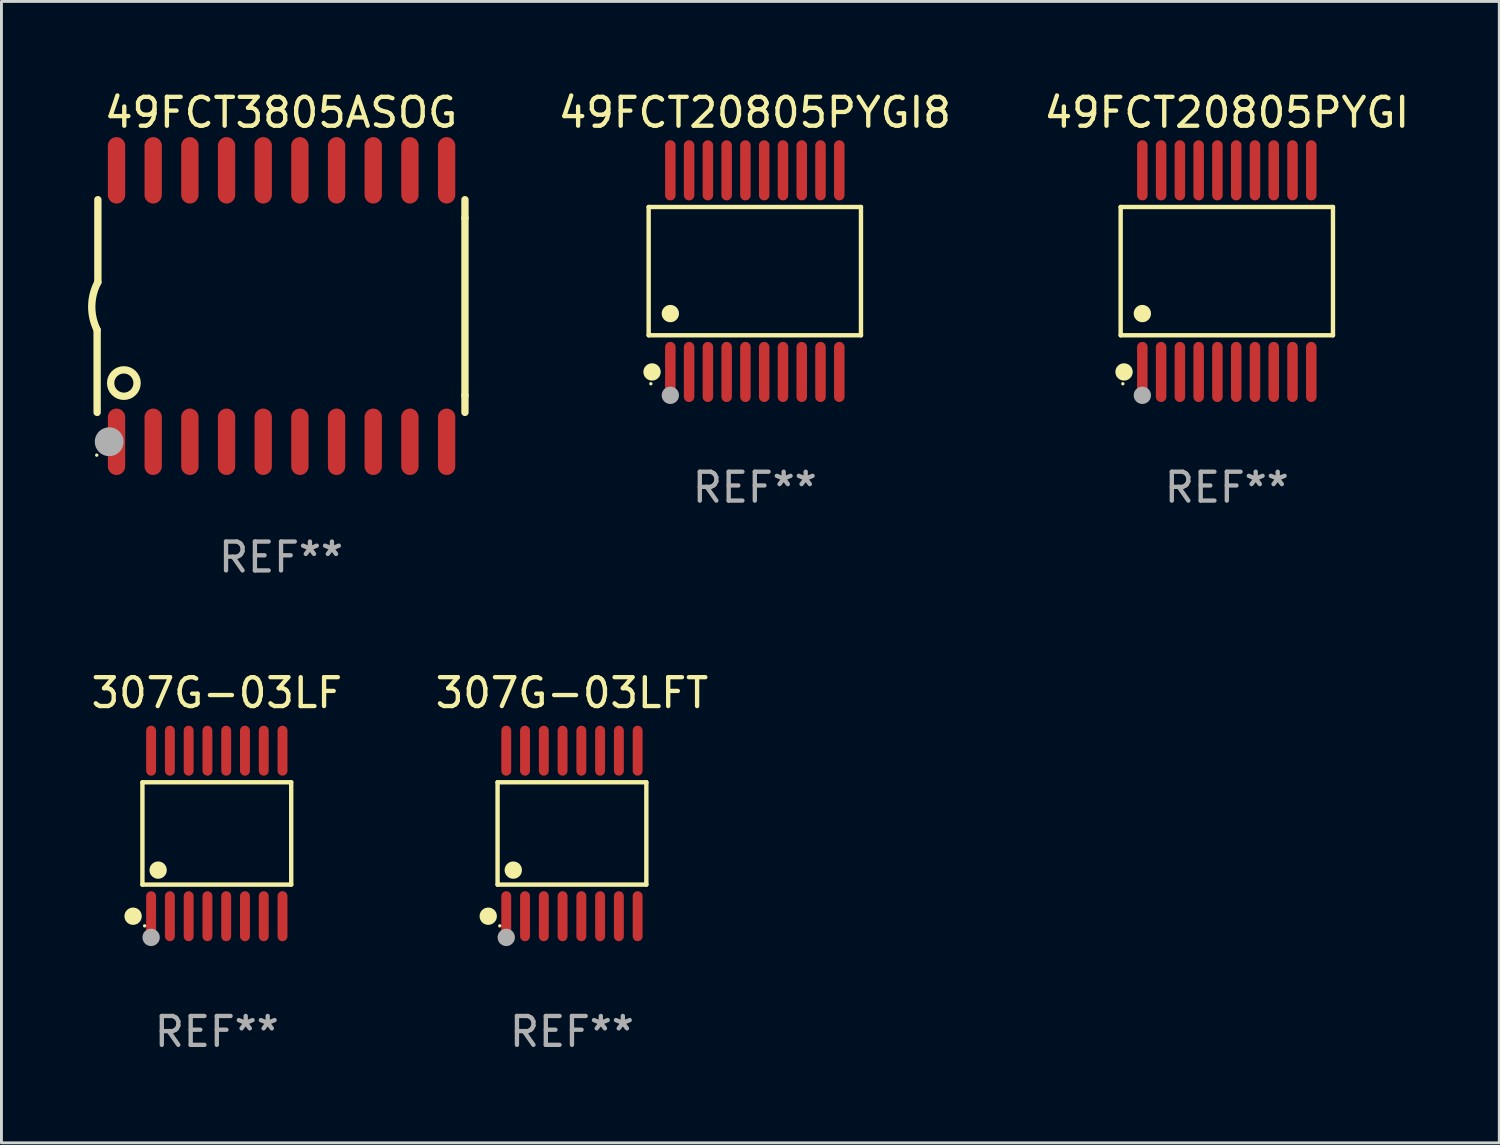
<source format=kicad_pcb>
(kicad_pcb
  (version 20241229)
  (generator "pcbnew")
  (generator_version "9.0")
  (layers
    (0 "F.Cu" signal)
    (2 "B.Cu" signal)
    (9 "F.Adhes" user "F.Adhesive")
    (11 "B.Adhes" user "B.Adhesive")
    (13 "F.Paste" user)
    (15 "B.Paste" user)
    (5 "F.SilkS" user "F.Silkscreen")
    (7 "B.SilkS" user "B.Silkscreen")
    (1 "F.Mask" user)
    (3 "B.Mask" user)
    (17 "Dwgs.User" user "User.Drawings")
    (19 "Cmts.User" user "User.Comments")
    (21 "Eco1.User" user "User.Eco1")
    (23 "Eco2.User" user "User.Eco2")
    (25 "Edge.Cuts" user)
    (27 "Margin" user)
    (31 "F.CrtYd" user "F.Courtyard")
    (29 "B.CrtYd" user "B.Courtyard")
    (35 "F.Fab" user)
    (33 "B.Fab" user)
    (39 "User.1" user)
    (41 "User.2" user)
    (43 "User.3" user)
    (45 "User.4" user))
  (footprint "49FCT20805PYGI"
    (layer "F.Cu")
    (at 39.433 6.339)
    (property "Reference" "49FCT20805PYGI" (at 0 -5.491 0) (layer "F.SilkS") (effects (font (size 1 1) (thickness 0.15))))
    (attr through_hole)
    (fp_line (start -3.676 -2.221) (end 3.676 -2.221) (stroke (width 0.152) (type solid)) (layer "F.SilkS"))
    (fp_line (start -3.676 2.221) (end -3.676 -2.221) (stroke (width 0.152) (type solid)) (layer "F.SilkS"))
    (fp_line (start 3.676 -2.221) (end 3.676 2.221) (stroke (width 0.152) (type solid)) (layer "F.SilkS"))
    (fp_line (start 3.676 2.221) (end -3.676 2.221) (stroke (width 0.152) (type solid)) (layer "F.SilkS"))
    (fp_circle (center -3.6 3.9) (end -3.57 3.9) (stroke (width 0.06) (type solid)) (fill no) (layer "F.SilkS"))
    (fp_circle (center -3.559 3.491) (end -3.409 3.491) (stroke (width 0.3) (type solid)) (fill no) (layer "F.SilkS"))
    (fp_circle (center -2.925 1.469) (end -2.775 1.469) (stroke (width 0.3) (type solid)) (fill no) (layer "F.SilkS"))
    (fp_circle (center -2.925 4.3) (end -2.775 4.3) (stroke (width 0.3) (type solid)) (fill no) (layer "F.Fab"))
    (fp_text user "REF**" (at 0 7.491 0) (layer "F.Fab") (effects (font (size 1 1) (thickness 0.15))))
    (pad "1" smd oval (at -2.925 3.491) (size 0.364 2.082) (layers "F.Cu" "F.Mask" "F.Paste"))
    (pad "2" smd oval (at -2.275 3.491) (size 0.364 2.082) (layers "F.Cu" "F.Mask" "F.Paste"))
    (pad "3" smd oval (at -1.625 3.491) (size 0.364 2.082) (layers "F.Cu" "F.Mask" "F.Paste"))
    (pad "4" smd oval (at -0.975 3.491) (size 0.364 2.082) (layers "F.Cu" "F.Mask" "F.Paste"))
    (pad "5" smd oval (at -0.325 3.491) (size 0.364 2.082) (layers "F.Cu" "F.Mask" "F.Paste"))
    (pad "6" smd oval (at 0.325 3.491) (size 0.364 2.082) (layers "F.Cu" "F.Mask" "F.Paste"))
    (pad "7" smd oval (at 0.975 3.491) (size 0.364 2.082) (layers "F.Cu" "F.Mask" "F.Paste"))
    (pad "8" smd oval (at 1.625 3.491) (size 0.364 2.082) (layers "F.Cu" "F.Mask" "F.Paste"))
    (pad "9" smd oval (at 2.275 3.491) (size 0.364 2.082) (layers "F.Cu" "F.Mask" "F.Paste"))
    (pad "10" smd oval (at 2.925 3.491) (size 0.364 2.082) (layers "F.Cu" "F.Mask" "F.Paste"))
    (pad "11" smd oval (at 2.925 -3.491) (size 0.364 2.082) (layers "F.Cu" "F.Mask" "F.Paste"))
    (pad "12" smd oval (at 2.275 -3.491) (size 0.364 2.082) (layers "F.Cu" "F.Mask" "F.Paste"))
    (pad "13" smd oval (at 1.625 -3.491) (size 0.364 2.082) (layers "F.Cu" "F.Mask" "F.Paste"))
    (pad "14" smd oval (at 0.975 -3.491) (size 0.364 2.082) (layers "F.Cu" "F.Mask" "F.Paste"))
    (pad "15" smd oval (at 0.325 -3.491) (size 0.364 2.082) (layers "F.Cu" "F.Mask" "F.Paste"))
    (pad "16" smd oval (at -0.325 -3.491) (size 0.364 2.082) (layers "F.Cu" "F.Mask" "F.Paste"))
    (pad "17" smd oval (at -0.975 -3.491) (size 0.364 2.082) (layers "F.Cu" "F.Mask" "F.Paste"))
    (pad "18" smd oval (at -1.625 -3.491) (size 0.364 2.082) (layers "F.Cu" "F.Mask" "F.Paste"))
    (pad "19" smd oval (at -2.275 -3.491) (size 0.364 2.082) (layers "F.Cu" "F.Mask" "F.Paste"))
    (pad "20" smd oval (at -2.925 -3.491) (size 0.364 2.082) (layers "F.Cu" "F.Mask" "F.Paste")))
  (footprint "307G-03LFT"
    (layer "F.Cu")
    (at 16.756 25.811)
    (property "Reference" "307G-03LFT" (at 0 -4.866 0) (layer "F.SilkS") (effects (font (size 1 1) (thickness 0.15))))
    (attr through_hole)
    (fp_line (start -2.576 -1.772) (end 2.576 -1.772) (stroke (width 0.152) (type solid)) (layer "F.SilkS"))
    (fp_line (start -2.576 1.771) (end -2.576 -1.772) (stroke (width 0.152) (type solid)) (layer "F.SilkS"))
    (fp_line (start 2.576 -1.772) (end 2.576 1.771) (stroke (width 0.152) (type solid)) (layer "F.SilkS"))
    (fp_line (start 2.576 1.771) (end -2.576 1.771) (stroke (width 0.152) (type solid)) (layer "F.SilkS"))
    (fp_circle (center -2.899 2.866) (end -2.749 2.866) (stroke (width 0.3) (type solid)) (fill no) (layer "F.SilkS"))
    (fp_circle (center -2.5 3.2) (end -2.47 3.2) (stroke (width 0.06) (type solid)) (fill no) (layer "F.SilkS"))
    (fp_circle (center -2.032 1.27) (end -1.882 1.27) (stroke (width 0.3) (type solid)) (fill no) (layer "F.SilkS"))
    (fp_circle (center -2.275 3.6) (end -2.125 3.6) (stroke (width 0.3) (type solid)) (fill no) (layer "F.Fab"))
    (fp_text user "REF**" (at 0 6.866 0) (layer "F.Fab") (effects (font (size 1 1) (thickness 0.15))))
    (pad "1" smd oval (at -2.275 2.866) (size 0.343 1.731) (layers "F.Cu" "F.Mask" "F.Paste"))
    (pad "2" smd oval (at -1.625 2.866) (size 0.343 1.731) (layers "F.Cu" "F.Mask" "F.Paste"))
    (pad "3" smd oval (at -0.975 2.866) (size 0.343 1.731) (layers "F.Cu" "F.Mask" "F.Paste"))
    (pad "4" smd oval (at -0.325 2.866) (size 0.343 1.731) (layers "F.Cu" "F.Mask" "F.Paste"))
    (pad "5" smd oval (at 0.325 2.866) (size 0.343 1.731) (layers "F.Cu" "F.Mask" "F.Paste"))
    (pad "6" smd oval (at 0.975 2.866) (size 0.343 1.731) (layers "F.Cu" "F.Mask" "F.Paste"))
    (pad "7" smd oval (at 1.625 2.866) (size 0.343 1.731) (layers "F.Cu" "F.Mask" "F.Paste"))
    (pad "8" smd oval (at 2.275 2.866) (size 0.343 1.731) (layers "F.Cu" "F.Mask" "F.Paste"))
    (pad "9" smd oval (at 2.275 -2.866) (size 0.343 1.731) (layers "F.Cu" "F.Mask" "F.Paste"))
    (pad "10" smd oval (at 1.625 -2.866) (size 0.343 1.731) (layers "F.Cu" "F.Mask" "F.Paste"))
    (pad "11" smd oval (at 0.975 -2.866) (size 0.343 1.731) (layers "F.Cu" "F.Mask" "F.Paste"))
    (pad "12" smd oval (at 0.325 -2.866) (size 0.343 1.731) (layers "F.Cu" "F.Mask" "F.Paste"))
    (pad "13" smd oval (at -0.325 -2.866) (size 0.343 1.731) (layers "F.Cu" "F.Mask" "F.Paste"))
    (pad "14" smd oval (at -0.975 -2.866) (size 0.343 1.731) (layers "F.Cu" "F.Mask" "F.Paste"))
    (pad "15" smd oval (at -1.625 -2.866) (size 0.343 1.731) (layers "F.Cu" "F.Mask" "F.Paste"))
    (pad "16" smd oval (at -2.275 -2.866) (size 0.343 1.731) (layers "F.Cu" "F.Mask" "F.Paste")))
  (footprint "49FCT3805ASOG"
    (layer "F.Cu")
    (at 6.682 7.548)
    (property "Reference" "49FCT3805ASOG" (at 0 -6.7 0) (layer "F.SilkS") (effects (font (size 1 1) (thickness 0.15))))
    (attr through_hole)
    (fp_line (start -6.369 0.826) (end -6.369 3.683) (stroke (width 0.254) (type solid)) (layer "F.SilkS"))
    (fp_line (start -6.343 -0.825) (end -6.343 -3.683) (stroke (width 0.254) (type solid)) (layer "F.SilkS"))
    (fp_line (start 6.369 -3.048) (end 6.369 -3.683) (stroke (width 0.254) (type solid)) (layer "F.SilkS"))
    (fp_line (start 6.369 -3.048) (end 6.369 3.096) (stroke (width 0.254) (type solid)) (layer "F.SilkS"))
    (fp_line (start 6.369 3.096) (end 6.369 3.683) (stroke (width 0.254) (type solid)) (layer "F.SilkS"))
    (fp_arc (start -6.36853 0.825552) (mid -6.554743 -0.00301) (end -6.343129 -0.825451) (stroke (width 0.254001) (type solid)) (layer "F.SilkS"))
    (fp_circle (center -6.382 5.163) (end -6.352 5.163) (stroke (width 0.06) (type solid)) (fill no) (layer "F.SilkS"))
    (fp_circle (center -5.443 2.667) (end -4.985 2.667) (stroke (width 0.254) (type solid)) (fill no) (layer "F.SilkS"))
    (fp_circle (center -5.951 4.699) (end -5.701 4.699) (stroke (width 0.5) (type solid)) (fill no) (layer "F.Fab"))
    (fp_text user "REF**" (at 0 8.7 0) (layer "F.Fab") (effects (font (size 1 1) (thickness 0.15))))
    (pad "1" smd oval (at -5.697 4.7 180) (size 0.6 2.3) (layers "F.Cu" "F.Mask" "F.Paste"))
    (pad "2" smd oval (at -4.427 4.7 180) (size 0.6 2.3) (layers "F.Cu" "F.Mask" "F.Paste"))
    (pad "3" smd oval (at -3.157 4.7 180) (size 0.6 2.3) (layers "F.Cu" "F.Mask" "F.Paste"))
    (pad "4" smd oval (at -1.887 4.7 180) (size 0.6 2.3) (layers "F.Cu" "F.Mask" "F.Paste"))
    (pad "5" smd oval (at -0.617 4.7 180) (size 0.6 2.3) (layers "F.Cu" "F.Mask" "F.Paste"))
    (pad "6" smd oval (at 0.653 4.7 180) (size 0.6 2.3) (layers "F.Cu" "F.Mask" "F.Paste"))
    (pad "7" smd oval (at 1.923 4.7 180) (size 0.6 2.3) (layers "F.Cu" "F.Mask" "F.Paste"))
    (pad "8" smd oval (at 3.193 4.7 180) (size 0.6 2.3) (layers "F.Cu" "F.Mask" "F.Paste"))
    (pad "9" smd oval (at 4.463 4.7 180) (size 0.6 2.3) (layers "F.Cu" "F.Mask" "F.Paste"))
    (pad "10" smd oval (at 5.734 4.7 180) (size 0.6 2.3) (layers "F.Cu" "F.Mask" "F.Paste"))
    (pad "11" smd oval (at 5.734 -4.7 180) (size 0.6 2.3) (layers "F.Cu" "F.Mask" "F.Paste"))
    (pad "12" smd oval (at 4.463 -4.7 180) (size 0.6 2.3) (layers "F.Cu" "F.Mask" "F.Paste"))
    (pad "13" smd oval (at 3.193 -4.7 180) (size 0.6 2.3) (layers "F.Cu" "F.Mask" "F.Paste"))
    (pad "14" smd oval (at 1.923 -4.7 180) (size 0.6 2.3) (layers "F.Cu" "F.Mask" "F.Paste"))
    (pad "15" smd oval (at 0.653 -4.7 180) (size 0.6 2.3) (layers "F.Cu" "F.Mask" "F.Paste"))
    (pad "16" smd oval (at -0.617 -4.7 180) (size 0.6 2.3) (layers "F.Cu" "F.Mask" "F.Paste"))
    (pad "17" smd oval (at -1.887 -4.7 180) (size 0.6 2.3) (layers "F.Cu" "F.Mask" "F.Paste"))
    (pad "18" smd oval (at -3.157 -4.7 180) (size 0.6 2.3) (layers "F.Cu" "F.Mask" "F.Paste"))
    (pad "19" smd oval (at -4.427 -4.7 180) (size 0.6 2.3) (layers "F.Cu" "F.Mask" "F.Paste"))
    (pad "20" smd oval (at -5.697 -4.7 180) (size 0.6 2.3) (layers "F.Cu" "F.Mask" "F.Paste")))
  (footprint "49FCT20805PYGI8"
    (layer "F.Cu")
    (at 23.088 6.339)
    (property "Reference" "49FCT20805PYGI8" (at 0 -5.491 0) (layer "F.SilkS") (effects (font (size 1 1) (thickness 0.15))))
    (attr through_hole)
    (fp_line (start -3.676 -2.221) (end 3.676 -2.221) (stroke (width 0.152) (type solid)) (layer "F.SilkS"))
    (fp_line (start -3.676 2.221) (end -3.676 -2.221) (stroke (width 0.152) (type solid)) (layer "F.SilkS"))
    (fp_line (start 3.676 -2.221) (end 3.676 2.221) (stroke (width 0.152) (type solid)) (layer "F.SilkS"))
    (fp_line (start 3.676 2.221) (end -3.676 2.221) (stroke (width 0.152) (type solid)) (layer "F.SilkS"))
    (fp_circle (center -3.6 3.9) (end -3.57 3.9) (stroke (width 0.06) (type solid)) (fill no) (layer "F.SilkS"))
    (fp_circle (center -3.559 3.491) (end -3.409 3.491) (stroke (width 0.3) (type solid)) (fill no) (layer "F.SilkS"))
    (fp_circle (center -2.925 1.469) (end -2.775 1.469) (stroke (width 0.3) (type solid)) (fill no) (layer "F.SilkS"))
    (fp_circle (center -2.925 4.3) (end -2.775 4.3) (stroke (width 0.3) (type solid)) (fill no) (layer "F.Fab"))
    (fp_text user "REF**" (at 0 7.491 0) (layer "F.Fab") (effects (font (size 1 1) (thickness 0.15))))
    (pad "1" smd oval (at -2.925 3.491) (size 0.364 2.082) (layers "F.Cu" "F.Mask" "F.Paste"))
    (pad "2" smd oval (at -2.275 3.491) (size 0.364 2.082) (layers "F.Cu" "F.Mask" "F.Paste"))
    (pad "3" smd oval (at -1.625 3.491) (size 0.364 2.082) (layers "F.Cu" "F.Mask" "F.Paste"))
    (pad "4" smd oval (at -0.975 3.491) (size 0.364 2.082) (layers "F.Cu" "F.Mask" "F.Paste"))
    (pad "5" smd oval (at -0.325 3.491) (size 0.364 2.082) (layers "F.Cu" "F.Mask" "F.Paste"))
    (pad "6" smd oval (at 0.325 3.491) (size 0.364 2.082) (layers "F.Cu" "F.Mask" "F.Paste"))
    (pad "7" smd oval (at 0.975 3.491) (size 0.364 2.082) (layers "F.Cu" "F.Mask" "F.Paste"))
    (pad "8" smd oval (at 1.625 3.491) (size 0.364 2.082) (layers "F.Cu" "F.Mask" "F.Paste"))
    (pad "9" smd oval (at 2.275 3.491) (size 0.364 2.082) (layers "F.Cu" "F.Mask" "F.Paste"))
    (pad "10" smd oval (at 2.925 3.491) (size 0.364 2.082) (layers "F.Cu" "F.Mask" "F.Paste"))
    (pad "11" smd oval (at 2.925 -3.491) (size 0.364 2.082) (layers "F.Cu" "F.Mask" "F.Paste"))
    (pad "12" smd oval (at 2.275 -3.491) (size 0.364 2.082) (layers "F.Cu" "F.Mask" "F.Paste"))
    (pad "13" smd oval (at 1.625 -3.491) (size 0.364 2.082) (layers "F.Cu" "F.Mask" "F.Paste"))
    (pad "14" smd oval (at 0.975 -3.491) (size 0.364 2.082) (layers "F.Cu" "F.Mask" "F.Paste"))
    (pad "15" smd oval (at 0.325 -3.491) (size 0.364 2.082) (layers "F.Cu" "F.Mask" "F.Paste"))
    (pad "16" smd oval (at -0.325 -3.491) (size 0.364 2.082) (layers "F.Cu" "F.Mask" "F.Paste"))
    (pad "17" smd oval (at -0.975 -3.491) (size 0.364 2.082) (layers "F.Cu" "F.Mask" "F.Paste"))
    (pad "18" smd oval (at -1.625 -3.491) (size 0.364 2.082) (layers "F.Cu" "F.Mask" "F.Paste"))
    (pad "19" smd oval (at -2.275 -3.491) (size 0.364 2.082) (layers "F.Cu" "F.Mask" "F.Paste"))
    (pad "20" smd oval (at -2.925 -3.491) (size 0.364 2.082) (layers "F.Cu" "F.Mask" "F.Paste")))
  (footprint "307G-03LF"
    (layer "F.Cu")
    (at 4.458 25.811)
    (property "Reference" "307G-03LF" (at 0 -4.866 0) (layer "F.SilkS") (effects (font (size 1 1) (thickness 0.15))))
    (attr through_hole)
    (fp_line (start -2.576 -1.772) (end 2.576 -1.772) (stroke (width 0.152) (type solid)) (layer "F.SilkS"))
    (fp_line (start -2.576 1.771) (end -2.576 -1.772) (stroke (width 0.152) (type solid)) (layer "F.SilkS"))
    (fp_line (start 2.576 -1.772) (end 2.576 1.771) (stroke (width 0.152) (type solid)) (layer "F.SilkS"))
    (fp_line (start 2.576 1.771) (end -2.576 1.771) (stroke (width 0.152) (type solid)) (layer "F.SilkS"))
    (fp_circle (center -2.899 2.866) (end -2.749 2.866) (stroke (width 0.3) (type solid)) (fill no) (layer "F.SilkS"))
    (fp_circle (center -2.5 3.2) (end -2.47 3.2) (stroke (width 0.06) (type solid)) (fill no) (layer "F.SilkS"))
    (fp_circle (center -2.032 1.27) (end -1.882 1.27) (stroke (width 0.3) (type solid)) (fill no) (layer "F.SilkS"))
    (fp_circle (center -2.275 3.6) (end -2.125 3.6) (stroke (width 0.3) (type solid)) (fill no) (layer "F.Fab"))
    (fp_text user "REF**" (at 0 6.866 0) (layer "F.Fab") (effects (font (size 1 1) (thickness 0.15))))
    (pad "1" smd oval (at -2.275 2.866) (size 0.343 1.731) (layers "F.Cu" "F.Mask" "F.Paste"))
    (pad "2" smd oval (at -1.625 2.866) (size 0.343 1.731) (layers "F.Cu" "F.Mask" "F.Paste"))
    (pad "3" smd oval (at -0.975 2.866) (size 0.343 1.731) (layers "F.Cu" "F.Mask" "F.Paste"))
    (pad "4" smd oval (at -0.325 2.866) (size 0.343 1.731) (layers "F.Cu" "F.Mask" "F.Paste"))
    (pad "5" smd oval (at 0.325 2.866) (size 0.343 1.731) (layers "F.Cu" "F.Mask" "F.Paste"))
    (pad "6" smd oval (at 0.975 2.866) (size 0.343 1.731) (layers "F.Cu" "F.Mask" "F.Paste"))
    (pad "7" smd oval (at 1.625 2.866) (size 0.343 1.731) (layers "F.Cu" "F.Mask" "F.Paste"))
    (pad "8" smd oval (at 2.275 2.866) (size 0.343 1.731) (layers "F.Cu" "F.Mask" "F.Paste"))
    (pad "9" smd oval (at 2.275 -2.866) (size 0.343 1.731) (layers "F.Cu" "F.Mask" "F.Paste"))
    (pad "10" smd oval (at 1.625 -2.866) (size 0.343 1.731) (layers "F.Cu" "F.Mask" "F.Paste"))
    (pad "11" smd oval (at 0.975 -2.866) (size 0.343 1.731) (layers "F.Cu" "F.Mask" "F.Paste"))
    (pad "12" smd oval (at 0.325 -2.866) (size 0.343 1.731) (layers "F.Cu" "F.Mask" "F.Paste"))
    (pad "13" smd oval (at -0.325 -2.866) (size 0.343 1.731) (layers "F.Cu" "F.Mask" "F.Paste"))
    (pad "14" smd oval (at -0.975 -2.866) (size 0.343 1.731) (layers "F.Cu" "F.Mask" "F.Paste"))
    (pad "15" smd oval (at -1.625 -2.866) (size 0.343 1.731) (layers "F.Cu" "F.Mask" "F.Paste"))
    (pad "16" smd oval (at -2.275 -2.866) (size 0.343 1.731) (layers "F.Cu" "F.Mask" "F.Paste")))
  (gr_rect
    (start -3 -3)
    (end 48.868 36.525)
    (stroke (width 0.1) (type default))
    (fill no)
    (layer "Edge.Cuts")))
</source>
